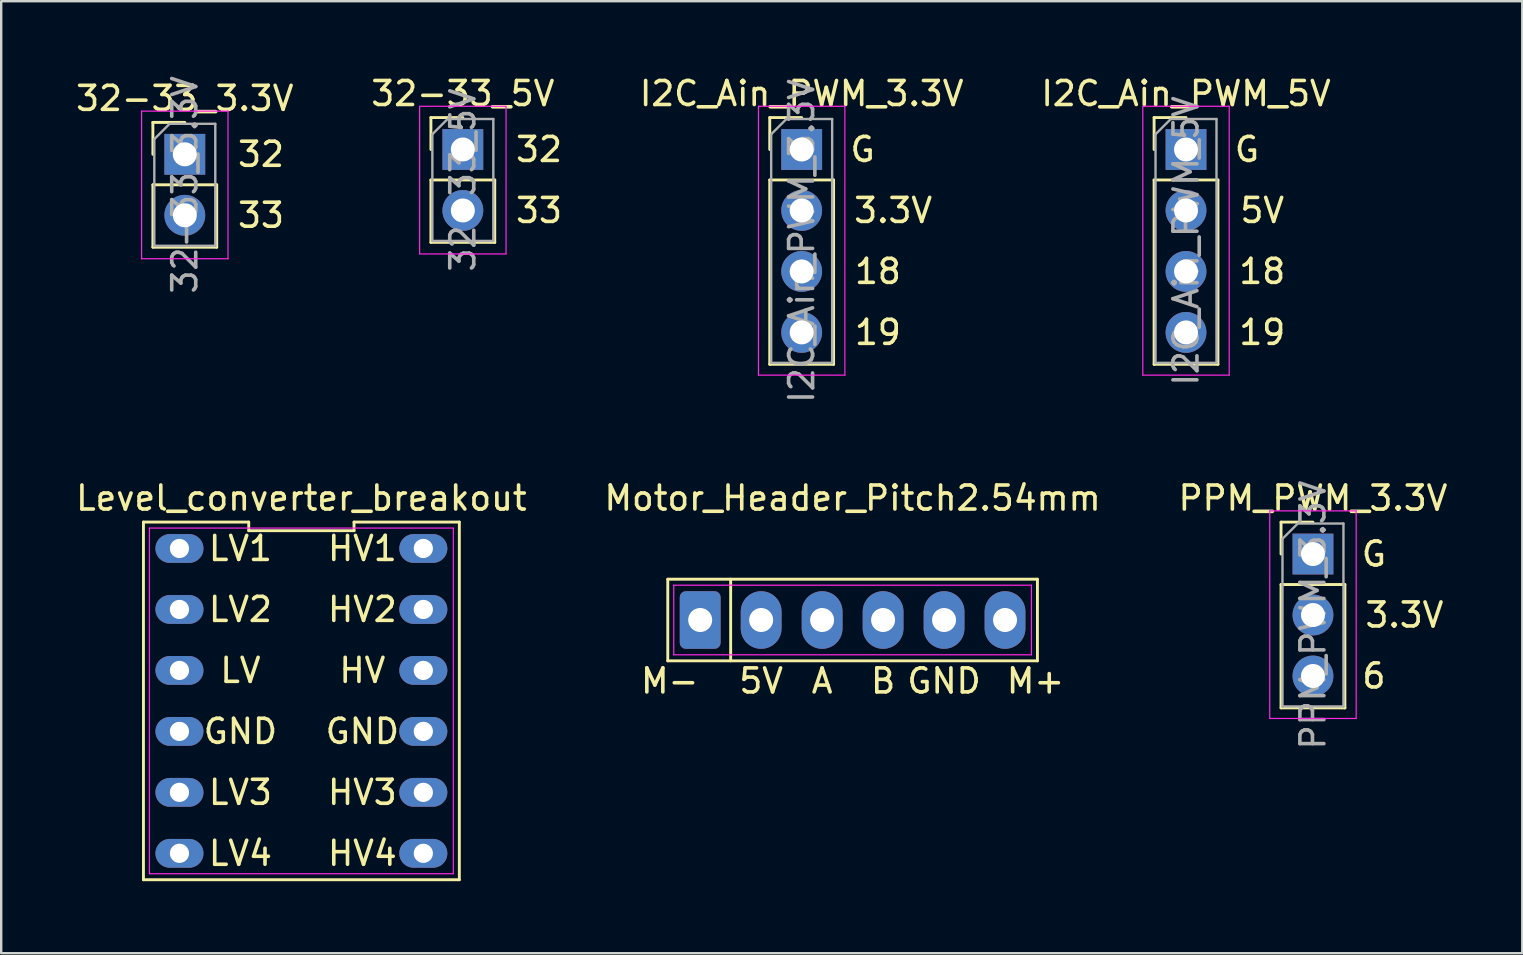
<source format=kicad_pcb>
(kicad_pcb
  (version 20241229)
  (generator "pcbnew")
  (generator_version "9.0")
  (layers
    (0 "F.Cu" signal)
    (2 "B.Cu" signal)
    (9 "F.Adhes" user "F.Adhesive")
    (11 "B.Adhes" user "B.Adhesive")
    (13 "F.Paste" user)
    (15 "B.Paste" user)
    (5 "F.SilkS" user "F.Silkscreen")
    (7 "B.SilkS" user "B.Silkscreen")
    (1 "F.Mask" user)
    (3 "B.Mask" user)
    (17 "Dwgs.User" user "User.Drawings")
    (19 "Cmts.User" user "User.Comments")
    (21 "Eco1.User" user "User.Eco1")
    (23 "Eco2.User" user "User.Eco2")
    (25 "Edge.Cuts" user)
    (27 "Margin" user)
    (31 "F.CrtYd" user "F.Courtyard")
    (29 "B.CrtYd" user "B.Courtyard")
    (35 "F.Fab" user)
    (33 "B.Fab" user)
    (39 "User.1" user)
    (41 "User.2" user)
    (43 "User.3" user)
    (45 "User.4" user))
  (footprint "PPM_PWM_3.3V"
    (layer "F.Cu")
    (at 51.649 20.032)
    (property "Reference" "PPM_PWM_3.3V" (at 0 -2.33 0) (layer "F.SilkS") (effects (font (size 1 1) (thickness 0.15))))
    (attr through_hole)
    (fp_line (start -1.33 -1.33) (end 0 -1.33) (stroke (width 0.12) (type solid)) (layer "F.SilkS"))
    (fp_line (start -1.33 0) (end -1.33 -1.33) (stroke (width 0.12) (type solid)) (layer "F.SilkS"))
    (fp_line (start -1.33 1.27) (end -1.33 6.41) (stroke (width 0.12) (type solid)) (layer "F.SilkS"))
    (fp_line (start -1.33 1.27) (end 1.33 1.27) (stroke (width 0.12) (type solid)) (layer "F.SilkS"))
    (fp_line (start -1.33 6.41) (end 1.33 6.41) (stroke (width 0.12) (type solid)) (layer "F.SilkS"))
    (fp_line (start 1.33 1.27) (end 1.33 6.41) (stroke (width 0.12) (type solid)) (layer "F.SilkS"))
    (fp_line (start -1.8 -1.8) (end -1.8 6.85) (stroke (width 0.05) (type solid)) (layer "F.CrtYd"))
    (fp_line (start -1.8 6.85) (end 1.8 6.85) (stroke (width 0.05) (type solid)) (layer "F.CrtYd"))
    (fp_line (start 1.8 -1.8) (end -1.8 -1.8) (stroke (width 0.05) (type solid)) (layer "F.CrtYd"))
    (fp_line (start 1.8 6.85) (end 1.8 -1.8) (stroke (width 0.05) (type solid)) (layer "F.CrtYd"))
    (fp_line (start -1.27 -0.635) (end -0.635 -1.27) (stroke (width 0.1) (type solid)) (layer "F.Fab"))
    (fp_line (start -1.27 6.35) (end -1.27 -0.635) (stroke (width 0.1) (type solid)) (layer "F.Fab"))
    (fp_line (start -0.635 -1.27) (end 1.27 -1.27) (stroke (width 0.1) (type solid)) (layer "F.Fab"))
    (fp_line (start 1.27 -1.27) (end 1.27 6.35) (stroke (width 0.1) (type solid)) (layer "F.Fab"))
    (fp_line (start 1.27 6.35) (end -1.27 6.35) (stroke (width 0.1) (type solid)) (layer "F.Fab"))
    (fp_text user "G" (at 2.54 0 0) (layer "F.SilkS") (effects (font (size 1 1) (thickness 0.15))))
    (fp_text user "6" (at 2.54 5.08 0) (layer "F.SilkS") (effects (font (size 1 1) (thickness 0.15))))
    (fp_text user "3.3V" (at 3.81 2.54 0) (layer "F.SilkS") (effects (font (size 1 1) (thickness 0.15))))
    (fp_text user "${REFERENCE}" (at 0 2.54 90) (layer "F.Fab") (effects (font (size 1 1) (thickness 0.15))))
    (pad "1" thru_hole rect (at 0 0) (size 1.7 1.7) (drill 1) (layers "*.Cu" "*.Mask"))
    (pad "2" thru_hole oval (at 0 2.54) (size 1.7 1.7) (drill 1) (layers "*.Cu" "*.Mask"))
    (pad "3" thru_hole oval (at 0 5.08) (size 1.7 1.7) (drill 1) (layers "*.Cu" "*.Mask")))
  (footprint "32-33_3.3V"
    (layer "F.Cu")
    (at 4.649 3.379)
    (property "Reference" "32-33_3.3V" (at 0 -2.33 0) (layer "F.SilkS") (effects (font (size 1 1) (thickness 0.15))))
    (attr through_hole)
    (fp_line (start -1.33 -1.33) (end 0 -1.33) (stroke (width 0.12) (type solid)) (layer "F.SilkS"))
    (fp_line (start -1.33 0) (end -1.33 -1.33) (stroke (width 0.12) (type solid)) (layer "F.SilkS"))
    (fp_line (start -1.33 1.27) (end -1.33 3.87) (stroke (width 0.12) (type solid)) (layer "F.SilkS"))
    (fp_line (start -1.33 1.27) (end 1.33 1.27) (stroke (width 0.12) (type solid)) (layer "F.SilkS"))
    (fp_line (start -1.33 3.87) (end 1.33 3.87) (stroke (width 0.12) (type solid)) (layer "F.SilkS"))
    (fp_line (start 1.33 1.27) (end 1.33 3.87) (stroke (width 0.12) (type solid)) (layer "F.SilkS"))
    (fp_line (start -1.8 -1.8) (end -1.8 4.35) (stroke (width 0.05) (type solid)) (layer "F.CrtYd"))
    (fp_line (start -1.8 4.35) (end 1.8 4.35) (stroke (width 0.05) (type solid)) (layer "F.CrtYd"))
    (fp_line (start 1.8 -1.8) (end -1.8 -1.8) (stroke (width 0.05) (type solid)) (layer "F.CrtYd"))
    (fp_line (start 1.8 4.35) (end 1.8 -1.8) (stroke (width 0.05) (type solid)) (layer "F.CrtYd"))
    (fp_line (start -1.27 -0.635) (end -0.635 -1.27) (stroke (width 0.1) (type solid)) (layer "F.Fab"))
    (fp_line (start -1.27 3.81) (end -1.27 -0.635) (stroke (width 0.1) (type solid)) (layer "F.Fab"))
    (fp_line (start -0.635 -1.27) (end 1.27 -1.27) (stroke (width 0.1) (type solid)) (layer "F.Fab"))
    (fp_line (start 1.27 -1.27) (end 1.27 3.81) (stroke (width 0.1) (type solid)) (layer "F.Fab"))
    (fp_line (start 1.27 3.81) (end -1.27 3.81) (stroke (width 0.1) (type solid)) (layer "F.Fab"))
    (fp_text user "33" (at 3.175 2.54 0) (layer "F.SilkS") (effects (font (size 1 1) (thickness 0.15))))
    (fp_text user "32" (at 3.175 0 0) (layer "F.SilkS") (effects (font (size 1 1) (thickness 0.15))))
    (fp_text user "${REFERENCE}" (at 0 1.27 90) (layer "F.Fab") (effects (font (size 1 1) (thickness 0.15))))
    (pad "1" thru_hole rect (at 0 0) (size 1.7 1.7) (drill 1) (layers "*.Cu" "*.Mask"))
    (pad "2" thru_hole oval (at 0 2.54) (size 1.7 1.7) (drill 1) (layers "*.Cu" "*.Mask")))
  (footprint "Motor_Header_Pitch2.54mm"
    (layer "F.Cu")
    (at 32.47 22.78)
    (property "Reference" "Motor_Header_Pitch2.54mm" (at 0 -5.08 0) (layer "F.SilkS") (effects (font (size 1 1) (thickness 0.15))))
    (attr through_hole)
    (fp_line (start -7.7 -1.7) (end 7.7 -1.7) (stroke (width 0.12) (type solid)) (layer "F.SilkS"))
    (fp_line (start -7.7 1.7) (end -7.7 -1.7) (stroke (width 0.12) (type solid)) (layer "F.SilkS"))
    (fp_line (start -5.08 -1.7) (end -5.08 1.7) (stroke (width 0.12) (type solid)) (layer "F.SilkS"))
    (fp_line (start 7.7 -1.7) (end 7.7 1.7) (stroke (width 0.12) (type solid)) (layer "F.SilkS"))
    (fp_line (start 7.7 1.7) (end -7.7 1.7) (stroke (width 0.12) (type solid)) (layer "F.SilkS"))
    (fp_line (start -7.45 -1.45) (end 7.45 -1.45) (stroke (width 0.05) (type solid)) (layer "F.CrtYd"))
    (fp_line (start -7.45 1.45) (end -7.45 -1.45) (stroke (width 0.05) (type solid)) (layer "F.CrtYd"))
    (fp_line (start 7.45 -1.45) (end 7.45 1.45) (stroke (width 0.05) (type solid)) (layer "F.CrtYd"))
    (fp_line (start 7.45 1.45) (end -7.45 1.45) (stroke (width 0.05) (type solid)) (layer "F.CrtYd"))
    (fp_text user "5V" (at -3.81 2.54 180) (layer "F.SilkS") (effects (font (size 1 1) (thickness 0.15))))
    (fp_text user "M+" (at 7.62 2.54 0) (layer "F.SilkS") (effects (font (size 1 1) (thickness 0.15))))
    (fp_text user "GND" (at 3.81 2.54 0) (layer "F.SilkS") (effects (font (size 1 1) (thickness 0.15))))
    (fp_text user "A" (at -1.27 2.54 180) (layer "F.SilkS") (effects (font (size 1 1) (thickness 0.15))))
    (fp_text user "M-" (at -7.62 2.54 180) (layer "F.SilkS") (effects (font (size 1 1) (thickness 0.15))))
    (fp_text user "B" (at 1.27 2.54 180) (layer "F.SilkS") (effects (font (size 1 1) (thickness 0.15))))
    (pad "1" thru_hole roundrect (at -6.35 0) (size 1.7 2.4) (drill 1) (layers "*.Cu" "*.Mask") (roundrect_rratio 0.147))
    (pad "2" thru_hole oval (at -3.81 0) (size 1.7 2.4) (drill 1) (layers "*.Cu" "*.Mask"))
    (pad "3" thru_hole oval (at -1.27 0) (size 1.7 2.4) (drill 1) (layers "*.Cu" "*.Mask"))
    (pad "4" thru_hole oval (at 1.27 0) (size 1.7 2.4) (drill 1) (layers "*.Cu" "*.Mask"))
    (pad "5" thru_hole oval (at 3.81 0) (size 1.7 2.4) (drill 1) (layers "*.Cu" "*.Mask"))
    (pad "6" thru_hole oval (at 6.35 0) (size 1.7 2.4) (drill 1) (layers "*.Cu" "*.Mask")))
  (footprint "Level_converter_breakout"
    (layer "F.Cu")
    (at 9.506 26.15)
    (property "Reference" "Level_converter_breakout" (at 0 -8.45 0) (layer "F.SilkS") (effects (font (size 1 1) (thickness 0.15))))
    (attr through_hole)
    (fp_line (start -6.58 -7.45) (end -6.58 7.45) (stroke (width 0.12) (type solid)) (layer "F.SilkS"))
    (fp_line (start -6.58 7.45) (end 6.58 7.45) (stroke (width 0.12) (type solid)) (layer "F.SilkS"))
    (fp_line (start -2.193 -7.45) (end -6.58 -7.45) (stroke (width 0.12) (type solid)) (layer "F.SilkS"))
    (fp_line (start -2.193 -7.09) (end -2.193 -7.45) (stroke (width 0.12) (type solid)) (layer "F.SilkS"))
    (fp_line (start 2.193 -7.45) (end 2.193 -7.09) (stroke (width 0.12) (type solid)) (layer "F.SilkS"))
    (fp_line (start 2.193 -7.09) (end -2.193 -7.09) (stroke (width 0.12) (type solid)) (layer "F.SilkS"))
    (fp_line (start 6.58 -7.45) (end 2.193 -7.45) (stroke (width 0.12) (type solid)) (layer "F.SilkS"))
    (fp_line (start 6.58 7.45) (end 6.58 -7.45) (stroke (width 0.12) (type solid)) (layer "F.SilkS"))
    (fp_line (start -6.33 -7.2) (end 6.33 -7.2) (stroke (width 0.05) (type solid)) (layer "F.CrtYd"))
    (fp_line (start -6.33 7.2) (end -6.33 -7.2) (stroke (width 0.05) (type solid)) (layer "F.CrtYd"))
    (fp_line (start 6.33 -7.2) (end 6.33 7.2) (stroke (width 0.05) (type solid)) (layer "F.CrtYd"))
    (fp_line (start 6.33 7.2) (end -6.33 7.2) (stroke (width 0.05) (type solid)) (layer "F.CrtYd"))
    (fp_text user "GND" (at 2.54 1.27 0) (layer "F.SilkS") (effects (font (size 1 1) (thickness 0.15))))
    (fp_text user "LV3" (at -2.54 3.81 0) (layer "F.SilkS") (effects (font (size 1 1) (thickness 0.15))))
    (fp_text user "HV1" (at 2.54 -6.35 0) (layer "F.SilkS") (effects (font (size 1 1) (thickness 0.15))))
    (fp_text user "GND" (at -2.54 1.27 0) (layer "F.SilkS") (effects (font (size 1 1) (thickness 0.15))))
    (fp_text user "HV2" (at 2.54 -3.81 180) (layer "F.SilkS") (effects (font (size 1 1) (thickness 0.15))))
    (fp_text user "LV4" (at -2.54 6.35 0) (layer "F.SilkS") (effects (font (size 1 1) (thickness 0.15))))
    (fp_text user "LV2" (at -2.54 -3.81 0) (layer "F.SilkS") (effects (font (size 1 1) (thickness 0.15))))
    (fp_text user "LV" (at -2.54 -1.27 0) (layer "F.SilkS") (effects (font (size 1 1) (thickness 0.15))))
    (fp_text user "LV1" (at -2.54 -6.35 0) (layer "F.SilkS") (effects (font (size 1 1) (thickness 0.15))))
    (fp_text user "HV" (at 2.54 -1.27 0) (layer "F.SilkS") (effects (font (size 1 1) (thickness 0.15))))
    (fp_text user "HV4" (at 2.54 6.35 0) (layer "F.SilkS") (effects (font (size 1 1) (thickness 0.15))))
    (fp_text user "HV3" (at 2.54 3.81 0) (layer "F.SilkS") (effects (font (size 1 1) (thickness 0.15))))
    (pad "1" thru_hole oval (at -5.08 -6.35 270) (size 1.2 2) (drill 0.8) (layers "*.Cu" "*.Mask"))
    (pad "2" thru_hole oval (at -5.08 -3.81 270) (size 1.2 2) (drill 0.8) (layers "*.Cu" "*.Mask"))
    (pad "3" thru_hole oval (at -5.08 -1.27 270) (size 1.2 2) (drill 0.8) (layers "*.Cu" "*.Mask"))
    (pad "4" thru_hole oval (at -5.08 1.27 270) (size 1.2 2) (drill 0.8) (layers "*.Cu" "*.Mask"))
    (pad "5" thru_hole oval (at -5.08 3.81 270) (size 1.2 2) (drill 0.8) (layers "*.Cu" "*.Mask"))
    (pad "6" thru_hole oval (at -5.08 6.35 270) (size 1.2 2) (drill 0.8) (layers "*.Cu" "*.Mask"))
    (pad "7" thru_hole oval (at 5.08 6.35 270) (size 1.2 2) (drill 0.8) (layers "*.Cu" "*.Mask"))
    (pad "8" thru_hole oval (at 5.08 3.81 270) (size 1.2 2) (drill 0.8) (layers "*.Cu" "*.Mask"))
    (pad "9" thru_hole oval (at 5.08 1.27 270) (size 1.2 2) (drill 0.8) (layers "*.Cu" "*.Mask"))
    (pad "10" thru_hole oval (at 5.08 -1.27 270) (size 1.2 2) (drill 0.8) (layers "*.Cu" "*.Mask"))
    (pad "11" thru_hole oval (at 5.08 -3.81 270) (size 1.2 2) (drill 0.8) (layers "*.Cu" "*.Mask"))
    (pad "12" thru_hole oval (at 5.08 -6.35 270) (size 1.2 2) (drill 0.8) (layers "*.Cu" "*.Mask")))
  (footprint "I2C_Ain_PWM_3.3V"
    (layer "F.Cu")
    (at 30.348 3.178)
    (property "Reference" "I2C_Ain_PWM_3.3V" (at 0 -2.33 0) (layer "F.SilkS") (effects (font (size 1 1) (thickness 0.15))))
    (attr through_hole)
    (fp_line (start -1.33 -1.33) (end 0 -1.33) (stroke (width 0.12) (type solid)) (layer "F.SilkS"))
    (fp_line (start -1.33 0) (end -1.33 -1.33) (stroke (width 0.12) (type solid)) (layer "F.SilkS"))
    (fp_line (start -1.33 1.27) (end -1.33 8.95) (stroke (width 0.12) (type solid)) (layer "F.SilkS"))
    (fp_line (start -1.33 1.27) (end 1.33 1.27) (stroke (width 0.12) (type solid)) (layer "F.SilkS"))
    (fp_line (start -1.33 8.95) (end 1.33 8.95) (stroke (width 0.12) (type solid)) (layer "F.SilkS"))
    (fp_line (start 1.33 1.27) (end 1.33 8.95) (stroke (width 0.12) (type solid)) (layer "F.SilkS"))
    (fp_line (start -1.8 -1.8) (end -1.8 9.4) (stroke (width 0.05) (type solid)) (layer "F.CrtYd"))
    (fp_line (start -1.8 9.4) (end 1.8 9.4) (stroke (width 0.05) (type solid)) (layer "F.CrtYd"))
    (fp_line (start 1.8 -1.8) (end -1.8 -1.8) (stroke (width 0.05) (type solid)) (layer "F.CrtYd"))
    (fp_line (start 1.8 9.4) (end 1.8 -1.8) (stroke (width 0.05) (type solid)) (layer "F.CrtYd"))
    (fp_line (start -1.27 -0.635) (end -0.635 -1.27) (stroke (width 0.1) (type solid)) (layer "F.Fab"))
    (fp_line (start -1.27 8.89) (end -1.27 -0.635) (stroke (width 0.1) (type solid)) (layer "F.Fab"))
    (fp_line (start -0.635 -1.27) (end 1.27 -1.27) (stroke (width 0.1) (type solid)) (layer "F.Fab"))
    (fp_line (start 1.27 -1.27) (end 1.27 8.89) (stroke (width 0.1) (type solid)) (layer "F.Fab"))
    (fp_line (start 1.27 8.89) (end -1.27 8.89) (stroke (width 0.1) (type solid)) (layer "F.Fab"))
    (fp_text user "G" (at 2.54 0 0) (layer "F.SilkS") (effects (font (size 1 1) (thickness 0.15))))
    (fp_text user "19" (at 3.175 7.62 0) (layer "F.SilkS") (effects (font (size 1 1) (thickness 0.15))))
    (fp_text user "3.3V" (at 3.81 2.54 0) (layer "F.SilkS") (effects (font (size 1 1) (thickness 0.15))))
    (fp_text user "18" (at 3.175 5.08 0) (layer "F.SilkS") (effects (font (size 1 1) (thickness 0.15))))
    (fp_text user "${REFERENCE}" (at 0 3.81 90) (layer "F.Fab") (effects (font (size 1 1) (thickness 0.15))))
    (pad "1" thru_hole rect (at 0 0) (size 1.7 1.7) (drill 1) (layers "*.Cu" "*.Mask"))
    (pad "2" thru_hole oval (at 0 2.54) (size 1.7 1.7) (drill 1) (layers "*.Cu" "*.Mask"))
    (pad "3" thru_hole oval (at 0 5.08) (size 1.7 1.7) (drill 1) (layers "*.Cu" "*.Mask"))
    (pad "4" thru_hole oval (at 0 7.62) (size 1.7 1.7) (drill 1) (layers "*.Cu" "*.Mask")))
  (footprint "I2C_Ain_PWM_5V"
    (layer "F.Cu")
    (at 46.36 3.178)
    (property "Reference" "I2C_Ain_PWM_5V" (at 0 -2.33 0) (layer "F.SilkS") (effects (font (size 1 1) (thickness 0.15))))
    (attr through_hole)
    (fp_line (start -1.33 -1.33) (end 0 -1.33) (stroke (width 0.12) (type solid)) (layer "F.SilkS"))
    (fp_line (start -1.33 0) (end -1.33 -1.33) (stroke (width 0.12) (type solid)) (layer "F.SilkS"))
    (fp_line (start -1.33 1.27) (end -1.33 8.95) (stroke (width 0.12) (type solid)) (layer "F.SilkS"))
    (fp_line (start -1.33 1.27) (end 1.33 1.27) (stroke (width 0.12) (type solid)) (layer "F.SilkS"))
    (fp_line (start -1.33 8.95) (end 1.33 8.95) (stroke (width 0.12) (type solid)) (layer "F.SilkS"))
    (fp_line (start 1.33 1.27) (end 1.33 8.95) (stroke (width 0.12) (type solid)) (layer "F.SilkS"))
    (fp_line (start -1.8 -1.8) (end -1.8 9.4) (stroke (width 0.05) (type solid)) (layer "F.CrtYd"))
    (fp_line (start -1.8 9.4) (end 1.8 9.4) (stroke (width 0.05) (type solid)) (layer "F.CrtYd"))
    (fp_line (start 1.8 -1.8) (end -1.8 -1.8) (stroke (width 0.05) (type solid)) (layer "F.CrtYd"))
    (fp_line (start 1.8 9.4) (end 1.8 -1.8) (stroke (width 0.05) (type solid)) (layer "F.CrtYd"))
    (fp_line (start -1.27 -0.635) (end -0.635 -1.27) (stroke (width 0.1) (type solid)) (layer "F.Fab"))
    (fp_line (start -1.27 8.89) (end -1.27 -0.635) (stroke (width 0.1) (type solid)) (layer "F.Fab"))
    (fp_line (start -0.635 -1.27) (end 1.27 -1.27) (stroke (width 0.1) (type solid)) (layer "F.Fab"))
    (fp_line (start 1.27 -1.27) (end 1.27 8.89) (stroke (width 0.1) (type solid)) (layer "F.Fab"))
    (fp_line (start 1.27 8.89) (end -1.27 8.89) (stroke (width 0.1) (type solid)) (layer "F.Fab"))
    (fp_text user "G" (at 2.54 0 0) (layer "F.SilkS") (effects (font (size 1 1) (thickness 0.15))))
    (fp_text user "18" (at 3.175 5.08 0) (layer "F.SilkS") (effects (font (size 1 1) (thickness 0.15))))
    (fp_text user "5V" (at 3.175 2.54 0) (layer "F.SilkS") (effects (font (size 1 1) (thickness 0.15))))
    (fp_text user "19" (at 3.175 7.62 0) (layer "F.SilkS") (effects (font (size 1 1) (thickness 0.15))))
    (fp_text user "${REFERENCE}" (at 0 3.81 90) (layer "F.Fab") (effects (font (size 1 1) (thickness 0.15))))
    (pad "1" thru_hole rect (at 0 0) (size 1.7 1.7) (drill 1) (layers "*.Cu" "*.Mask"))
    (pad "2" thru_hole oval (at 0 2.54) (size 1.7 1.7) (drill 1) (layers "*.Cu" "*.Mask"))
    (pad "3" thru_hole oval (at 0 5.08) (size 1.7 1.7) (drill 1) (layers "*.Cu" "*.Mask"))
    (pad "4" thru_hole oval (at 0 7.62) (size 1.7 1.7) (drill 1) (layers "*.Cu" "*.Mask")))
  (footprint "32-33_5V"
    (layer "F.Cu")
    (at 16.232 3.178)
    (property "Reference" "32-33_5V" (at 0 -2.33 0) (layer "F.SilkS") (effects (font (size 1 1) (thickness 0.15))))
    (attr through_hole)
    (fp_line (start -1.33 -1.33) (end 0 -1.33) (stroke (width 0.12) (type solid)) (layer "F.SilkS"))
    (fp_line (start -1.33 0) (end -1.33 -1.33) (stroke (width 0.12) (type solid)) (layer "F.SilkS"))
    (fp_line (start -1.33 1.27) (end -1.33 3.87) (stroke (width 0.12) (type solid)) (layer "F.SilkS"))
    (fp_line (start -1.33 1.27) (end 1.33 1.27) (stroke (width 0.12) (type solid)) (layer "F.SilkS"))
    (fp_line (start -1.33 3.87) (end 1.33 3.87) (stroke (width 0.12) (type solid)) (layer "F.SilkS"))
    (fp_line (start 1.33 1.27) (end 1.33 3.87) (stroke (width 0.12) (type solid)) (layer "F.SilkS"))
    (fp_line (start -1.8 -1.8) (end -1.8 4.35) (stroke (width 0.05) (type solid)) (layer "F.CrtYd"))
    (fp_line (start -1.8 4.35) (end 1.8 4.35) (stroke (width 0.05) (type solid)) (layer "F.CrtYd"))
    (fp_line (start 1.8 -1.8) (end -1.8 -1.8) (stroke (width 0.05) (type solid)) (layer "F.CrtYd"))
    (fp_line (start 1.8 4.35) (end 1.8 -1.8) (stroke (width 0.05) (type solid)) (layer "F.CrtYd"))
    (fp_line (start -1.27 -0.635) (end -0.635 -1.27) (stroke (width 0.1) (type solid)) (layer "F.Fab"))
    (fp_line (start -1.27 3.81) (end -1.27 -0.635) (stroke (width 0.1) (type solid)) (layer "F.Fab"))
    (fp_line (start -0.635 -1.27) (end 1.27 -1.27) (stroke (width 0.1) (type solid)) (layer "F.Fab"))
    (fp_line (start 1.27 -1.27) (end 1.27 3.81) (stroke (width 0.1) (type solid)) (layer "F.Fab"))
    (fp_line (start 1.27 3.81) (end -1.27 3.81) (stroke (width 0.1) (type solid)) (layer "F.Fab"))
    (fp_text user "32" (at 3.175 0 0) (layer "F.SilkS") (effects (font (size 1 1) (thickness 0.15))))
    (fp_text user "33" (at 3.175 2.54 0) (layer "F.SilkS") (effects (font (size 1 1) (thickness 0.15))))
    (fp_text user "${REFERENCE}" (at 0 1.27 90) (layer "F.Fab") (effects (font (size 1 1) (thickness 0.15))))
    (pad "1" thru_hole rect (at 0 0) (size 1.7 1.7) (drill 1) (layers "*.Cu" "*.Mask"))
    (pad "2" thru_hole oval (at 0 2.54) (size 1.7 1.7) (drill 1) (layers "*.Cu" "*.Mask")))
  (gr_rect
    (start -3 -3)
    (end 60.369 36.66)
    (stroke (width 0.1) (type default))
    (fill no)
    (layer "Edge.Cuts")))
</source>
